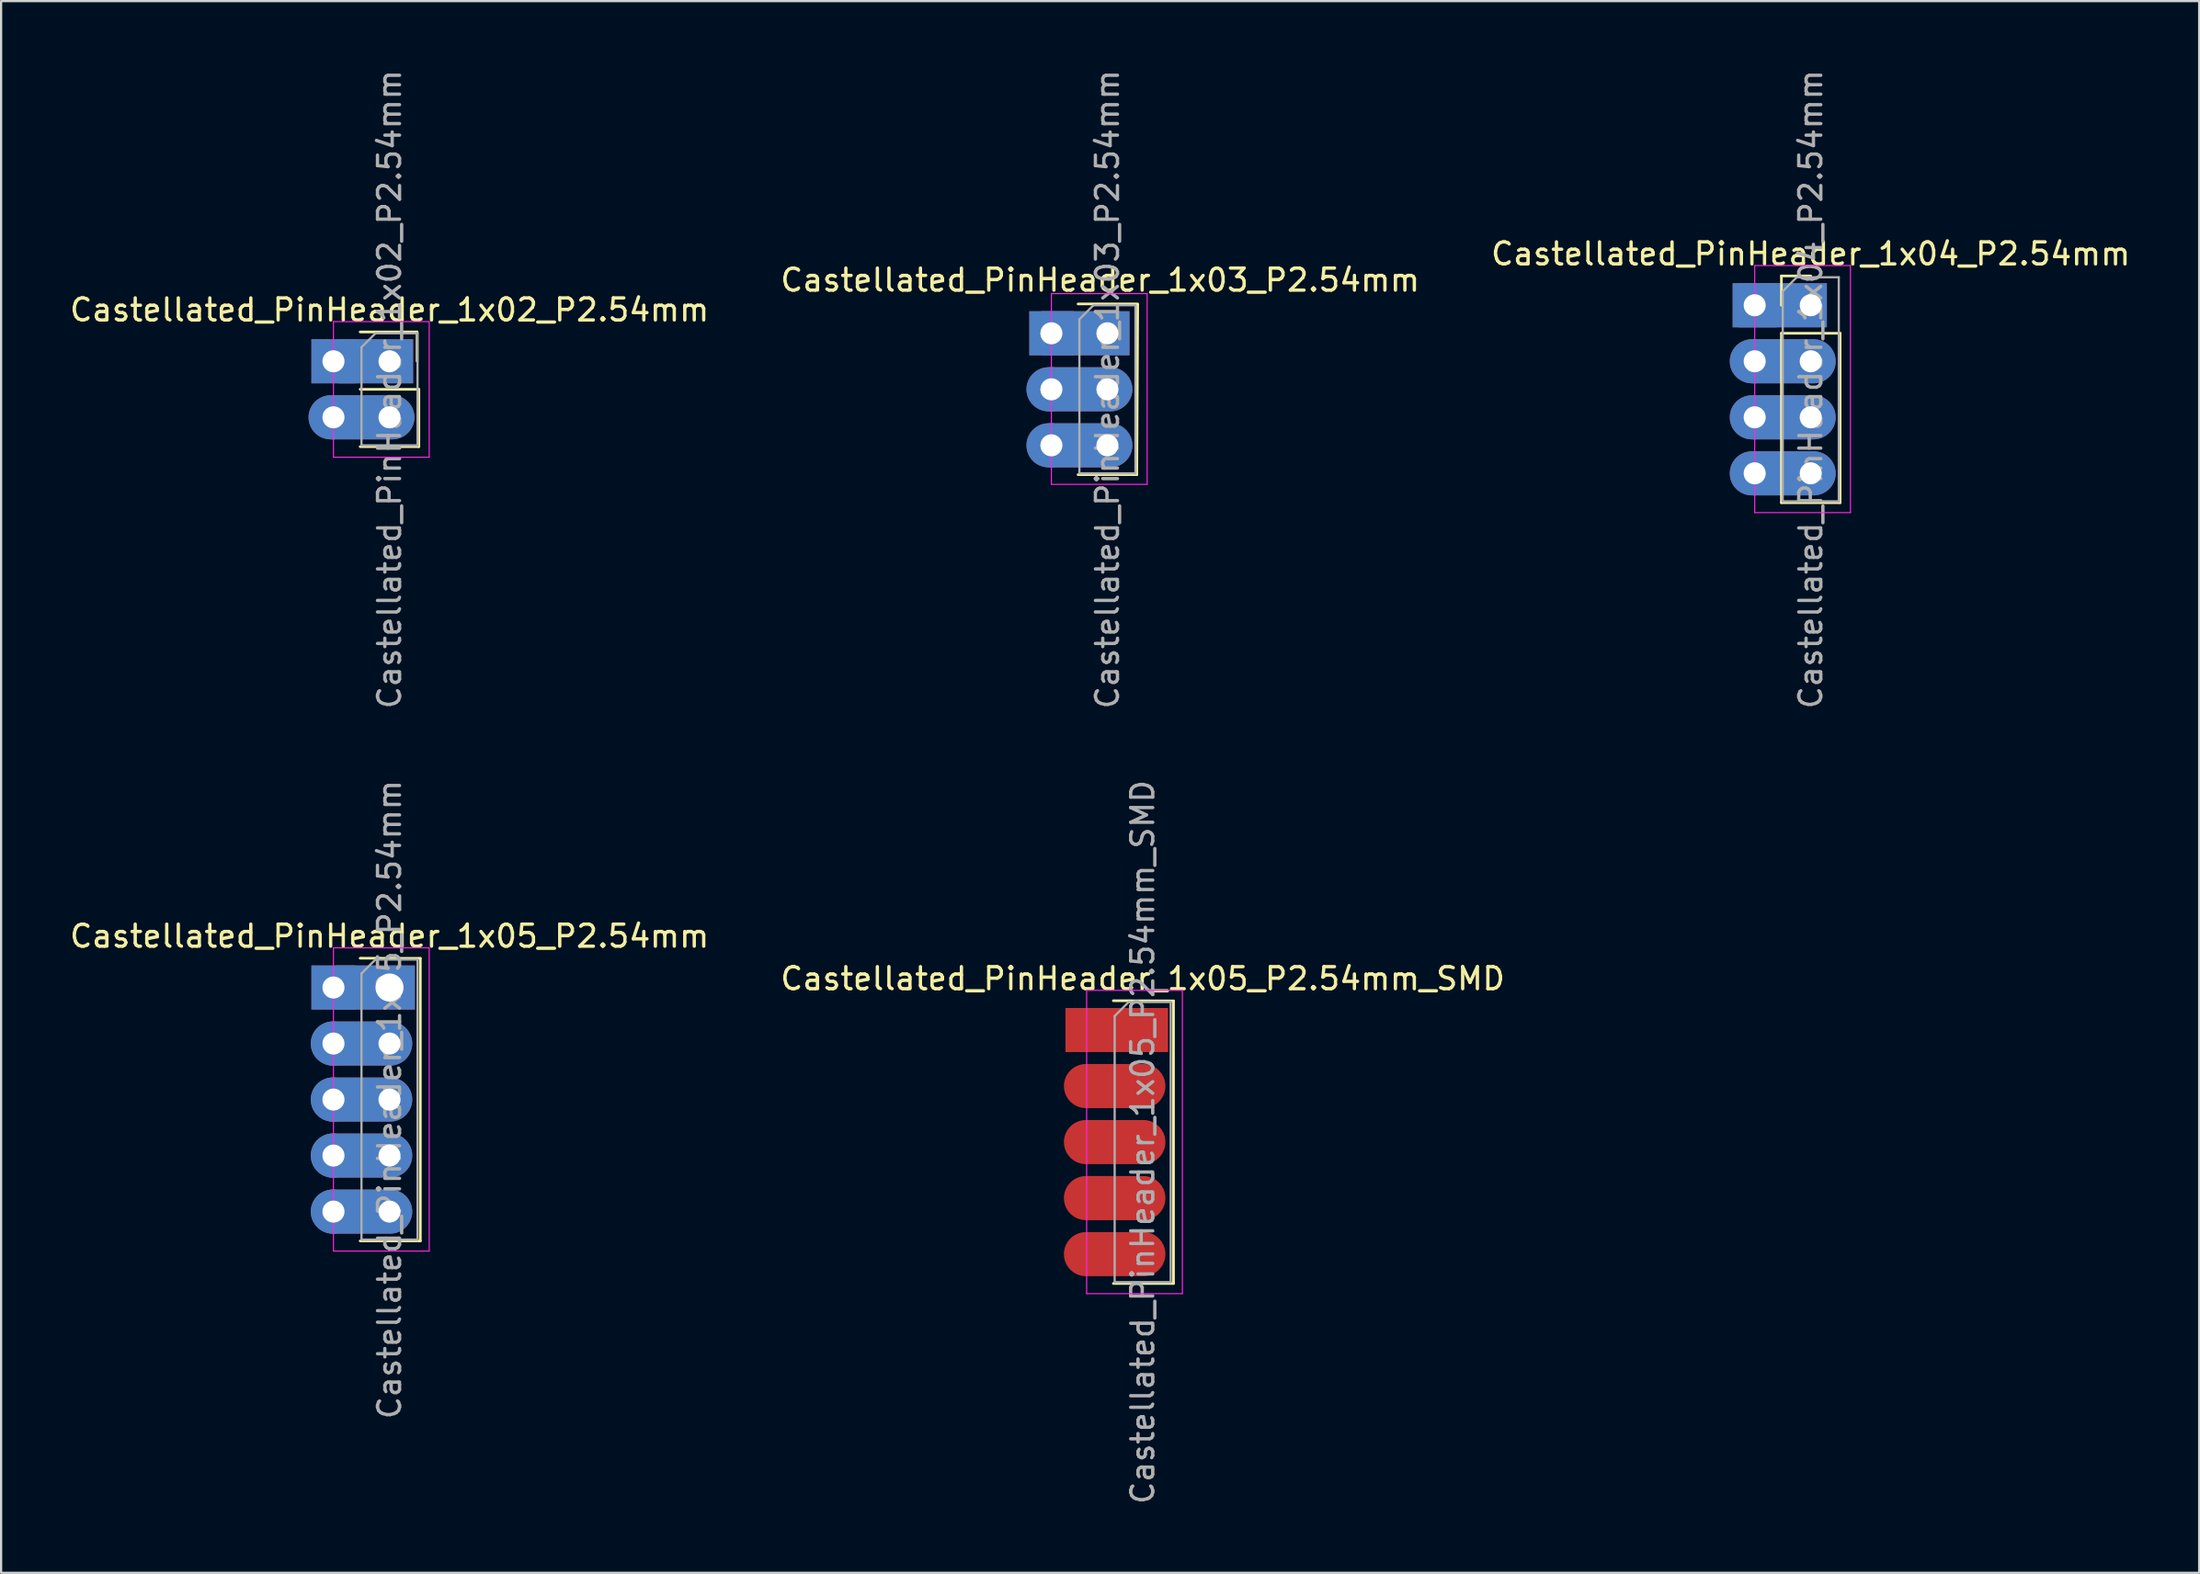
<source format=kicad_pcb>
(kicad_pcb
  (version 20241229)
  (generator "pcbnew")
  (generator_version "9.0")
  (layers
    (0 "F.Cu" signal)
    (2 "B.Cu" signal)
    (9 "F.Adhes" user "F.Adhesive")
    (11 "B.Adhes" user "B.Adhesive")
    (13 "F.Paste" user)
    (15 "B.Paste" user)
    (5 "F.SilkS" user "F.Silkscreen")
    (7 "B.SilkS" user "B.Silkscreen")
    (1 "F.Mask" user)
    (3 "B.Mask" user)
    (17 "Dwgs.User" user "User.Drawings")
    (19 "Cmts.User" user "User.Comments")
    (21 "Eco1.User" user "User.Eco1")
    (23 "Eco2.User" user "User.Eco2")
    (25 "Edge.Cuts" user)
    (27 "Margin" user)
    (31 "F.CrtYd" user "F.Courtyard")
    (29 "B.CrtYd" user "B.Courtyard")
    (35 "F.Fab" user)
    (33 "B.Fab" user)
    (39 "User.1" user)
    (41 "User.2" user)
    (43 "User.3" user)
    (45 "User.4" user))
  (footprint "Castellated_PinHeader_1x02_P2.54mm"
    (layer "F.Cu")
    (at 14.601 13.331)
    (property "Reference" "Castellated_PinHeader_1x02_P2.54mm" (at 0 -2.33 0) (layer "F.SilkS") (effects (font (size 1 1) (thickness 0.15))))
    (attr through_hole)
    (fp_line (start -1.33 -1.33) (end 1.25 -1.33) (stroke (width 0.12) (type solid)) (layer "F.SilkS"))
    (fp_line (start -1.33 1.27) (end 1.33 1.27) (stroke (width 0.12) (type solid)) (layer "F.SilkS"))
    (fp_line (start -1.33 3.87) (end 1.33 3.87) (stroke (width 0.12) (type solid)) (layer "F.SilkS"))
    (fp_line (start 1.25 0) (end 1.25 -1.33) (stroke (width 0.12) (type solid)) (layer "F.SilkS"))
    (fp_line (start 1.33 1.27) (end 1.33 3.87) (stroke (width 0.12) (type solid)) (layer "F.SilkS"))
    (fp_line (start -2.54 -1.8) (end -2.54 4.35) (stroke (width 0.05) (type solid)) (layer "F.CrtYd"))
    (fp_line (start -2.54 4.35) (end 1.8 4.35) (stroke (width 0.05) (type solid)) (layer "F.CrtYd"))
    (fp_line (start 1.8 -1.8) (end -2.54 -1.8) (stroke (width 0.05) (type solid)) (layer "F.CrtYd"))
    (fp_line (start 1.8 4.35) (end 1.8 -1.8) (stroke (width 0.05) (type solid)) (layer "F.CrtYd"))
    (fp_line (start -1.27 -0.635) (end -0.635 -1.27) (stroke (width 0.1) (type solid)) (layer "F.Fab"))
    (fp_line (start -1.27 3.81) (end -1.27 -0.635) (stroke (width 0.1) (type solid)) (layer "F.Fab"))
    (fp_line (start -0.635 -1.27) (end 1.27 -1.27) (stroke (width 0.1) (type solid)) (layer "F.Fab"))
    (fp_line (start 1.27 -1.27) (end 1.27 3.81) (stroke (width 0.1) (type solid)) (layer "F.Fab"))
    (fp_line (start 1.27 3.81) (end -1.27 3.81) (stroke (width 0.1) (type solid)) (layer "F.Fab"))
    (fp_text user "${REFERENCE}" (at 0 1.27 90) (layer "F.Fab") (effects (font (size 1 1) (thickness 0.15))))
    (pad "1" thru_hole rect (at -2.54 0) (size 2 2) (drill 1) (layers "*.Cu" "*.Mask"))
    (pad "1" thru_hole rect (at 0 0) (size 3.4 2) (drill 1 (offset -0.63 0)) (layers "*.Cu" "*.Mask"))
    (pad "2" thru_hole oval (at -2.54 2.54) (size 2 2) (drill 1) (layers "*.Cu" "*.Mask"))
    (pad "2" thru_hole oval (at 0 2.54) (size 4.8 2) (drill 1 (offset -1.27 0)) (layers "*.Cu" "*.Mask")))
  (footprint "Castellated_PinHeader_1x05_P2.54mm"
    (layer "F.Cu")
    (at 14.601 41.724)
    (property "Reference" "Castellated_PinHeader_1x05_P2.54mm" (at 0 -2.33 0) (layer "F.SilkS") (effects (font (size 1 1) (thickness 0.15))))
    (attr through_hole)
    (fp_line (start -1.33 -1.33) (end 1.397 -1.321) (stroke (width 0.12) (type solid)) (layer "F.SilkS"))
    (fp_line (start -1.33 11.49) (end 1.397 11.49) (stroke (width 0.12) (type solid)) (layer "F.SilkS"))
    (fp_line (start 1.397 -1.321) (end 1.397 11.49) (stroke (width 0.12) (type solid)) (layer "F.SilkS"))
    (fp_line (start -2.54 -1.8) (end -2.54 11.95) (stroke (width 0.05) (type solid)) (layer "F.CrtYd"))
    (fp_line (start -2.54 11.95) (end 1.8 11.95) (stroke (width 0.05) (type solid)) (layer "F.CrtYd"))
    (fp_line (start 1.8 -1.8) (end -2.54 -1.8) (stroke (width 0.05) (type solid)) (layer "F.CrtYd"))
    (fp_line (start 1.8 11.95) (end 1.8 -1.8) (stroke (width 0.05) (type solid)) (layer "F.CrtYd"))
    (fp_line (start -1.27 -0.635) (end -0.635 -1.27) (stroke (width 0.1) (type solid)) (layer "F.Fab"))
    (fp_line (start -1.27 11.43) (end -1.27 -0.635) (stroke (width 0.1) (type solid)) (layer "F.Fab"))
    (fp_line (start -0.635 -1.27) (end 1.27 -1.27) (stroke (width 0.1) (type solid)) (layer "F.Fab"))
    (fp_line (start 1.27 -1.27) (end 1.27 11.43) (stroke (width 0.1) (type solid)) (layer "F.Fab"))
    (fp_line (start 1.27 11.43) (end -1.27 11.43) (stroke (width 0.1) (type solid)) (layer "F.Fab"))
    (fp_text user "${REFERENCE}" (at 0 5.08 90) (layer "F.Fab") (effects (font (size 1 1) (thickness 0.15))))
    (pad "1" thru_hole rect (at -2.54 0) (size 2 2) (drill 1) (layers "*.Cu" "*.Mask"))
    (pad "1" thru_hole rect (at 0 0) (size 3.6 2) (drill 1.27 (offset -0.65 0)) (layers "*.Cu" "*.Mask"))
    (pad "2" thru_hole oval (at -2.54 2.54) (size 2 2) (drill 1) (layers "*.Cu" "*.Mask"))
    (pad "2" thru_hole oval (at 0 2.54) (size 4.6 2) (drill 1 (offset -1.27 0)) (layers "*.Cu" "*.Mask"))
    (pad "3" thru_hole oval (at -2.54 5.08) (size 2 2) (drill 1) (layers "*.Cu" "*.Mask"))
    (pad "3" thru_hole oval (at 0 5.08) (size 4.6 2) (drill 1 (offset -1.27 0)) (layers "*.Cu" "*.Mask"))
    (pad "4" thru_hole oval (at -2.54 7.62) (size 2 2) (drill 1) (layers "*.Cu" "*.Mask"))
    (pad "4" thru_hole oval (at 0 7.62) (size 4.6 2) (drill 1 (offset -1.27 0)) (layers "*.Cu" "*.Mask"))
    (pad "5" thru_hole oval (at -2.54 10.16) (size 2 2) (drill 1) (layers "*.Cu" "*.Mask"))
    (pad "5" thru_hole oval (at 0 10.16) (size 4.6 2) (drill 1 (offset -1.27 0)) (layers "*.Cu" "*.Mask")))
  (footprint "Castellated_PinHeader_1x05_P2.54mm_SMD"
    (layer "F.Cu")
    (at 48.732 43.652)
    (property "Reference" "Castellated_PinHeader_1x05_P2.54mm_SMD" (at 0 -2.33 0) (layer "F.SilkS") (effects (font (size 1 1) (thickness 0.15))))
    (attr through_hole)
    (fp_line (start -1.33 -1.33) (end 1.397 -1.321) (stroke (width 0.12) (type solid)) (layer "F.SilkS"))
    (fp_line (start -1.33 11.49) (end 1.397 11.49) (stroke (width 0.12) (type solid)) (layer "F.SilkS"))
    (fp_line (start 1.397 -1.321) (end 1.397 11.49) (stroke (width 0.12) (type solid)) (layer "F.SilkS"))
    (fp_line (start -2.54 -1.8) (end -2.54 11.95) (stroke (width 0.05) (type solid)) (layer "F.CrtYd"))
    (fp_line (start -2.54 11.95) (end 1.8 11.95) (stroke (width 0.05) (type solid)) (layer "F.CrtYd"))
    (fp_line (start 1.8 -1.8) (end -2.54 -1.8) (stroke (width 0.05) (type solid)) (layer "F.CrtYd"))
    (fp_line (start 1.8 11.95) (end 1.8 -1.8) (stroke (width 0.05) (type solid)) (layer "F.CrtYd"))
    (fp_line (start -1.27 -0.635) (end -0.635 -1.27) (stroke (width 0.1) (type solid)) (layer "F.Fab"))
    (fp_line (start -1.27 11.43) (end -1.27 -0.635) (stroke (width 0.1) (type solid)) (layer "F.Fab"))
    (fp_line (start -0.635 -1.27) (end 1.27 -1.27) (stroke (width 0.1) (type solid)) (layer "F.Fab"))
    (fp_line (start 1.27 -1.27) (end 1.27 11.43) (stroke (width 0.1) (type solid)) (layer "F.Fab"))
    (fp_line (start 1.27 11.43) (end -1.27 11.43) (stroke (width 0.1) (type solid)) (layer "F.Fab"))
    (fp_text user "${REFERENCE}" (at 0 5.08 90) (layer "F.Fab") (effects (font (size 1 1) (thickness 0.15))))
    (pad "1" smd rect (at 0 0) (size 4.65 2) (drill (offset -1.175 0)) (layers "F.Cu" "F.Mask" "F.Paste"))
    (pad "2" smd oval (at 0 2.54) (size 4.6 2) (drill (offset -1.27 0)) (layers "F.Cu" "F.Mask" "F.Paste"))
    (pad "3" smd oval (at 0 5.08) (size 4.6 2) (drill (offset -1.27 0)) (layers "F.Cu" "F.Mask" "F.Paste"))
    (pad "4" smd oval (at 0 7.62) (size 4.6 2) (drill (offset -1.27 0)) (layers "F.Cu" "F.Mask" "F.Paste"))
    (pad "5" smd oval (at 0 10.16) (size 4.6 2) (drill (offset -1.27 0)) (layers "F.Cu" "F.Mask" "F.Paste")))
  (footprint "Castellated_PinHeader_1x03_P2.54mm"
    (layer "F.Cu")
    (at 47.134 12.061)
    (property "Reference" "Castellated_PinHeader_1x03_P2.54mm" (at -0.33 -2.413 0) (layer "F.SilkS") (effects (font (size 1 1) (thickness 0.15))))
    (attr through_hole)
    (fp_line (start -1.33 -1.33) (end 1.372 -1.33) (stroke (width 0.12) (type solid)) (layer "F.SilkS"))
    (fp_line (start -1.33 6.41) (end 1.33 6.41) (stroke (width 0.12) (type solid)) (layer "F.SilkS"))
    (fp_line (start 1.372 -1.295) (end 1.33 6.41) (stroke (width 0.12) (type solid)) (layer "F.SilkS"))
    (fp_line (start -2.54 -1.8) (end -2.54 6.85) (stroke (width 0.05) (type solid)) (layer "F.CrtYd"))
    (fp_line (start -2.54 6.85) (end 1.8 6.85) (stroke (width 0.05) (type solid)) (layer "F.CrtYd"))
    (fp_line (start 1.8 -1.8) (end -2.54 -1.8) (stroke (width 0.05) (type solid)) (layer "F.CrtYd"))
    (fp_line (start 1.8 6.85) (end 1.8 -1.8) (stroke (width 0.05) (type solid)) (layer "F.CrtYd"))
    (fp_line (start -1.27 -0.635) (end -0.635 -1.27) (stroke (width 0.1) (type solid)) (layer "F.Fab"))
    (fp_line (start -1.27 6.35) (end -1.27 -0.635) (stroke (width 0.1) (type solid)) (layer "F.Fab"))
    (fp_line (start -0.635 -1.27) (end 1.27 -1.27) (stroke (width 0.1) (type solid)) (layer "F.Fab"))
    (fp_line (start 1.27 -1.27) (end 1.27 6.35) (stroke (width 0.1) (type solid)) (layer "F.Fab"))
    (fp_line (start 1.27 6.35) (end -1.27 6.35) (stroke (width 0.1) (type solid)) (layer "F.Fab"))
    (fp_text user "${REFERENCE}" (at 0 2.54 90) (layer "F.Fab") (effects (font (size 1 1) (thickness 0.15))))
    (pad "1" thru_hole rect (at -2.54 0) (size 2 2) (drill 1) (layers "*.Cu" "*.Mask"))
    (pad "1" thru_hole rect (at 0 0) (size 4 2) (drill 1 (offset -1 0)) (layers "*.Cu" "*.Mask"))
    (pad "2" thru_hole oval (at -2.54 2.54) (size 2 2) (drill 1) (layers "*.Cu" "*.Mask"))
    (pad "2" thru_hole oval (at 0 2.54) (size 4.8 2) (drill 1 (offset -1.27 0)) (layers "*.Cu" "*.Mask"))
    (pad "3" thru_hole oval (at -2.54 5.08) (size 2 2) (drill 1) (layers "*.Cu" "*.Mask"))
    (pad "3" thru_hole oval (at 0 5.08) (size 4.8 2) (drill 1 (offset -1.27 0)) (layers "*.Cu" "*.Mask")))
  (footprint "Castellated_PinHeader_1x04_P2.54mm"
    (layer "F.Cu")
    (at 79.006 10.791)
    (property "Reference" "Castellated_PinHeader_1x04_P2.54mm" (at 0 -2.33 0) (layer "F.SilkS") (effects (font (size 1 1) (thickness 0.15))))
    (attr through_hole)
    (fp_line (start -1.33 -1.33) (end 0 -1.33) (stroke (width 0.12) (type solid)) (layer "F.SilkS"))
    (fp_line (start -1.33 0) (end -1.33 -1.33) (stroke (width 0.12) (type solid)) (layer "F.SilkS"))
    (fp_line (start -1.33 1.27) (end -1.33 8.95) (stroke (width 0.12) (type solid)) (layer "F.SilkS"))
    (fp_line (start -1.33 1.27) (end 1.33 1.27) (stroke (width 0.12) (type solid)) (layer "F.SilkS"))
    (fp_line (start -1.33 8.95) (end 1.33 8.95) (stroke (width 0.12) (type solid)) (layer "F.SilkS"))
    (fp_line (start 1.33 1.27) (end 1.33 8.95) (stroke (width 0.12) (type solid)) (layer "F.SilkS"))
    (fp_line (start -2.54 -1.8) (end -2.54 9.4) (stroke (width 0.05) (type solid)) (layer "F.CrtYd"))
    (fp_line (start -2.54 9.4) (end 1.8 9.4) (stroke (width 0.05) (type solid)) (layer "F.CrtYd"))
    (fp_line (start 1.8 -1.8) (end -2.54 -1.8) (stroke (width 0.05) (type solid)) (layer "F.CrtYd"))
    (fp_line (start 1.8 9.4) (end 1.8 -1.8) (stroke (width 0.05) (type solid)) (layer "F.CrtYd"))
    (fp_line (start -1.27 -0.635) (end -0.635 -1.27) (stroke (width 0.1) (type solid)) (layer "F.Fab"))
    (fp_line (start -1.27 8.89) (end -1.27 -0.635) (stroke (width 0.1) (type solid)) (layer "F.Fab"))
    (fp_line (start -0.635 -1.27) (end 1.27 -1.27) (stroke (width 0.1) (type solid)) (layer "F.Fab"))
    (fp_line (start 1.27 -1.27) (end 1.27 8.89) (stroke (width 0.1) (type solid)) (layer "F.Fab"))
    (fp_line (start 1.27 8.89) (end -1.27 8.89) (stroke (width 0.1) (type solid)) (layer "F.Fab"))
    (fp_text user "${REFERENCE}" (at 0 3.81 90) (layer "F.Fab") (effects (font (size 1 1) (thickness 0.15))))
    (pad "1" thru_hole rect (at -2.54 0) (size 2 2) (drill 1) (layers "*.Cu" "*.Mask"))
    (pad "1" thru_hole rect (at 0 0) (size 4 2) (drill 1 (offset -1.27 0)) (layers "*.Cu" "*.Mask"))
    (pad "2" thru_hole oval (at -2.54 2.54) (size 2 2) (drill 1) (layers "*.Cu" "*.Mask"))
    (pad "2" thru_hole oval (at 0 2.54) (size 4.8 2) (drill 1 (offset -1.27 0)) (layers "*.Cu" "*.Mask"))
    (pad "3" thru_hole oval (at -2.54 5.08) (size 2 2) (drill 1) (layers "*.Cu" "*.Mask"))
    (pad "3" thru_hole oval (at 0 5.08) (size 4.8 2) (drill 1 (offset -1.27 0)) (layers "*.Cu" "*.Mask"))
    (pad "4" thru_hole oval (at -2.54 7.62) (size 2 2) (drill 1) (layers "*.Cu" "*.Mask"))
    (pad "4" thru_hole oval (at 0 7.62) (size 4.8 2) (drill 1 (offset -1.27 0)) (layers "*.Cu" "*.Mask")))
  (gr_rect
    (start -3 -3)
    (end 96.607 68.262)
    (stroke (width 0.1) (type default))
    (fill no)
    (layer "Edge.Cuts")))
</source>
